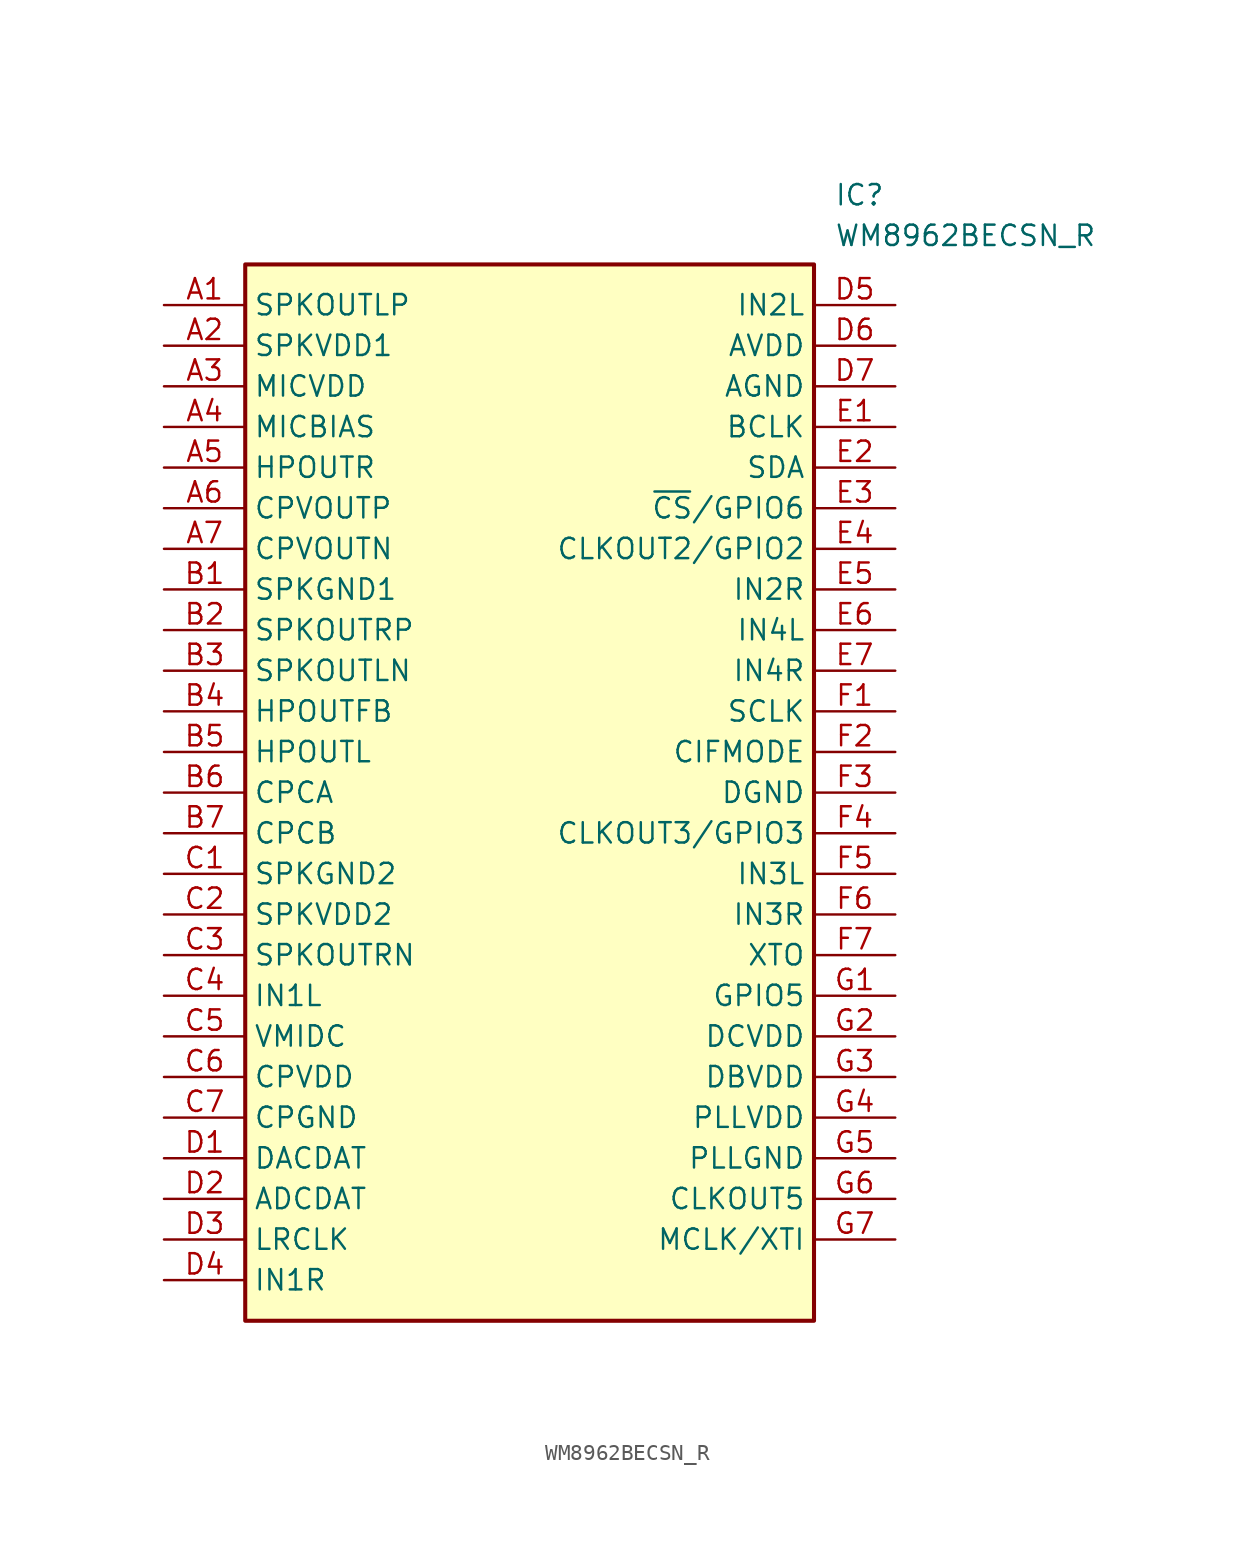
<source format=kicad_sym>
(kicad_symbol_lib
  (version 20211014)
  (generator SamacSys_ECAD_Model)
  (symbol "WM8962BECSN_R"
    (property "Reference" "IC"
      (at 41.91 7.62 0)
      (effects (font (size 1.27 1.27)) (justify left top)))
    (property "Value" "WM8962BECSN_R"
      (at 41.91 5.08 0)
      (effects (font (size 1.27 1.27)) (justify left top)))
    (rectangle
      (start 5.08 2.54)
      (end 40.64 -63.5)
      (stroke (width 0.254) (type default))
      (fill (type background)))
    (pin passive line
      (at 0 0 0)
      (length 5.08)
      (name "SPKOUTLP" (effects (font (size 1.27 1.27))))
      (number "A1" (effects (font (size 1.27 1.27)))))
    (pin passive line
      (at 0 -2.54 0)
      (length 5.08)
      (name "SPKVDD1" (effects (font (size 1.27 1.27))))
      (number "A2" (effects (font (size 1.27 1.27)))))
    (pin passive line
      (at 0 -5.08 0)
      (length 5.08)
      (name "MICVDD" (effects (font (size 1.27 1.27))))
      (number "A3" (effects (font (size 1.27 1.27)))))
    (pin passive line
      (at 0 -7.62 0)
      (length 5.08)
      (name "MICBIAS" (effects (font (size 1.27 1.27))))
      (number "A4" (effects (font (size 1.27 1.27)))))
    (pin passive line
      (at 0 -10.16 0)
      (length 5.08)
      (name "HPOUTR" (effects (font (size 1.27 1.27))))
      (number "A5" (effects (font (size 1.27 1.27)))))
    (pin passive line
      (at 0 -12.7 0)
      (length 5.08)
      (name "CPVOUTP" (effects (font (size 1.27 1.27))))
      (number "A6" (effects (font (size 1.27 1.27)))))
    (pin passive line
      (at 0 -15.24 0)
      (length 5.08)
      (name "CPVOUTN" (effects (font (size 1.27 1.27))))
      (number "A7" (effects (font (size 1.27 1.27)))))
    (pin passive line
      (at 0 -17.78 0)
      (length 5.08)
      (name "SPKGND1" (effects (font (size 1.27 1.27))))
      (number "B1" (effects (font (size 1.27 1.27)))))
    (pin passive line
      (at 0 -20.32 0)
      (length 5.08)
      (name "SPKOUTRP" (effects (font (size 1.27 1.27))))
      (number "B2" (effects (font (size 1.27 1.27)))))
    (pin passive line
      (at 0 -22.86 0)
      (length 5.08)
      (name "SPKOUTLN" (effects (font (size 1.27 1.27))))
      (number "B3" (effects (font (size 1.27 1.27)))))
    (pin passive line
      (at 0 -25.4 0)
      (length 5.08)
      (name "HPOUTFB" (effects (font (size 1.27 1.27))))
      (number "B4" (effects (font (size 1.27 1.27)))))
    (pin passive line
      (at 0 -27.94 0)
      (length 5.08)
      (name "HPOUTL" (effects (font (size 1.27 1.27))))
      (number "B5" (effects (font (size 1.27 1.27)))))
    (pin passive line
      (at 0 -30.48 0)
      (length 5.08)
      (name "CPCA" (effects (font (size 1.27 1.27))))
      (number "B6" (effects (font (size 1.27 1.27)))))
    (pin passive line
      (at 0 -33.02 0)
      (length 5.08)
      (name "CPCB" (effects (font (size 1.27 1.27))))
      (number "B7" (effects (font (size 1.27 1.27)))))
    (pin passive line
      (at 0 -35.56 0)
      (length 5.08)
      (name "SPKGND2" (effects (font (size 1.27 1.27))))
      (number "C1" (effects (font (size 1.27 1.27)))))
    (pin passive line
      (at 0 -38.1 0)
      (length 5.08)
      (name "SPKVDD2" (effects (font (size 1.27 1.27))))
      (number "C2" (effects (font (size 1.27 1.27)))))
    (pin passive line
      (at 0 -40.64 0)
      (length 5.08)
      (name "SPKOUTRN" (effects (font (size 1.27 1.27))))
      (number "C3" (effects (font (size 1.27 1.27)))))
    (pin passive line
      (at 0 -43.18 0)
      (length 5.08)
      (name "IN1L" (effects (font (size 1.27 1.27))))
      (number "C4" (effects (font (size 1.27 1.27)))))
    (pin passive line
      (at 0 -45.72 0)
      (length 5.08)
      (name "VMIDC" (effects (font (size 1.27 1.27))))
      (number "C5" (effects (font (size 1.27 1.27)))))
    (pin passive line
      (at 0 -48.26 0)
      (length 5.08)
      (name "CPVDD" (effects (font (size 1.27 1.27))))
      (number "C6" (effects (font (size 1.27 1.27)))))
    (pin passive line
      (at 0 -50.8 0)
      (length 5.08)
      (name "CPGND" (effects (font (size 1.27 1.27))))
      (number "C7" (effects (font (size 1.27 1.27)))))
    (pin passive line
      (at 0 -53.34 0)
      (length 5.08)
      (name "DACDAT" (effects (font (size 1.27 1.27))))
      (number "D1" (effects (font (size 1.27 1.27)))))
    (pin passive line
      (at 0 -55.88 0)
      (length 5.08)
      (name "ADCDAT" (effects (font (size 1.27 1.27))))
      (number "D2" (effects (font (size 1.27 1.27)))))
    (pin passive line
      (at 0 -58.42 0)
      (length 5.08)
      (name "LRCLK" (effects (font (size 1.27 1.27))))
      (number "D3" (effects (font (size 1.27 1.27)))))
    (pin passive line
      (at 0 -60.96 0)
      (length 5.08)
      (name "IN1R" (effects (font (size 1.27 1.27))))
      (number "D4" (effects (font (size 1.27 1.27)))))
    (pin passive line
      (at 45.72 0 180)
      (length 5.08)
      (name "IN2L" (effects (font (size 1.27 1.27))))
      (number "D5" (effects (font (size 1.27 1.27)))))
    (pin passive line
      (at 45.72 -2.54 180)
      (length 5.08)
      (name "AVDD" (effects (font (size 1.27 1.27))))
      (number "D6" (effects (font (size 1.27 1.27)))))
    (pin passive line
      (at 45.72 -5.08 180)
      (length 5.08)
      (name "AGND" (effects (font (size 1.27 1.27))))
      (number "D7" (effects (font (size 1.27 1.27)))))
    (pin passive line
      (at 45.72 -7.62 180)
      (length 5.08)
      (name "BCLK" (effects (font (size 1.27 1.27))))
      (number "E1" (effects (font (size 1.27 1.27)))))
    (pin passive line
      (at 45.72 -10.16 180)
      (length 5.08)
      (name "SDA" (effects (font (size 1.27 1.27))))
      (number "E2" (effects (font (size 1.27 1.27)))))
    (pin passive line
      (at 45.72 -12.7 180)
      (length 5.08)
      (name "~{CS}/GPIO6" (effects (font (size 1.27 1.27))))
      (number "E3" (effects (font (size 1.27 1.27)))))
    (pin passive line
      (at 45.72 -15.24 180)
      (length 5.08)
      (name "CLKOUT2/GPIO2" (effects (font (size 1.27 1.27))))
      (number "E4" (effects (font (size 1.27 1.27)))))
    (pin passive line
      (at 45.72 -17.78 180)
      (length 5.08)
      (name "IN2R" (effects (font (size 1.27 1.27))))
      (number "E5" (effects (font (size 1.27 1.27)))))
    (pin passive line
      (at 45.72 -20.32 180)
      (length 5.08)
      (name "IN4L" (effects (font (size 1.27 1.27))))
      (number "E6" (effects (font (size 1.27 1.27)))))
    (pin passive line
      (at 45.72 -22.86 180)
      (length 5.08)
      (name "IN4R" (effects (font (size 1.27 1.27))))
      (number "E7" (effects (font (size 1.27 1.27)))))
    (pin passive line
      (at 45.72 -25.4 180)
      (length 5.08)
      (name "SCLK" (effects (font (size 1.27 1.27))))
      (number "F1" (effects (font (size 1.27 1.27)))))
    (pin passive line
      (at 45.72 -27.94 180)
      (length 5.08)
      (name "CIFMODE" (effects (font (size 1.27 1.27))))
      (number "F2" (effects (font (size 1.27 1.27)))))
    (pin passive line
      (at 45.72 -30.48 180)
      (length 5.08)
      (name "DGND" (effects (font (size 1.27 1.27))))
      (number "F3" (effects (font (size 1.27 1.27)))))
    (pin passive line
      (at 45.72 -33.02 180)
      (length 5.08)
      (name "CLKOUT3/GPIO3" (effects (font (size 1.27 1.27))))
      (number "F4" (effects (font (size 1.27 1.27)))))
    (pin passive line
      (at 45.72 -35.56 180)
      (length 5.08)
      (name "IN3L" (effects (font (size 1.27 1.27))))
      (number "F5" (effects (font (size 1.27 1.27)))))
    (pin passive line
      (at 45.72 -38.1 180)
      (length 5.08)
      (name "IN3R" (effects (font (size 1.27 1.27))))
      (number "F6" (effects (font (size 1.27 1.27)))))
    (pin passive line
      (at 45.72 -40.64 180)
      (length 5.08)
      (name "XTO" (effects (font (size 1.27 1.27))))
      (number "F7" (effects (font (size 1.27 1.27)))))
    (pin passive line
      (at 45.72 -43.18 180)
      (length 5.08)
      (name "GPIO5" (effects (font (size 1.27 1.27))))
      (number "G1" (effects (font (size 1.27 1.27)))))
    (pin passive line
      (at 45.72 -45.72 180)
      (length 5.08)
      (name "DCVDD" (effects (font (size 1.27 1.27))))
      (number "G2" (effects (font (size 1.27 1.27)))))
    (pin passive line
      (at 45.72 -48.26 180)
      (length 5.08)
      (name "DBVDD" (effects (font (size 1.27 1.27))))
      (number "G3" (effects (font (size 1.27 1.27)))))
    (pin passive line
      (at 45.72 -50.8 180)
      (length 5.08)
      (name "PLLVDD" (effects (font (size 1.27 1.27))))
      (number "G4" (effects (font (size 1.27 1.27)))))
    (pin passive line
      (at 45.72 -53.34 180)
      (length 5.08)
      (name "PLLGND" (effects (font (size 1.27 1.27))))
      (number "G5" (effects (font (size 1.27 1.27)))))
    (pin passive line
      (at 45.72 -55.88 180)
      (length 5.08)
      (name "CLKOUT5" (effects (font (size 1.27 1.27))))
      (number "G6" (effects (font (size 1.27 1.27)))))
    (pin passive line
      (at 45.72 -58.42 180)
      (length 5.08)
      (name "MCLK/XTI" (effects (font (size 1.27 1.27))))
      (number "G7" (effects (font (size 1.27 1.27)))))))
</source>
